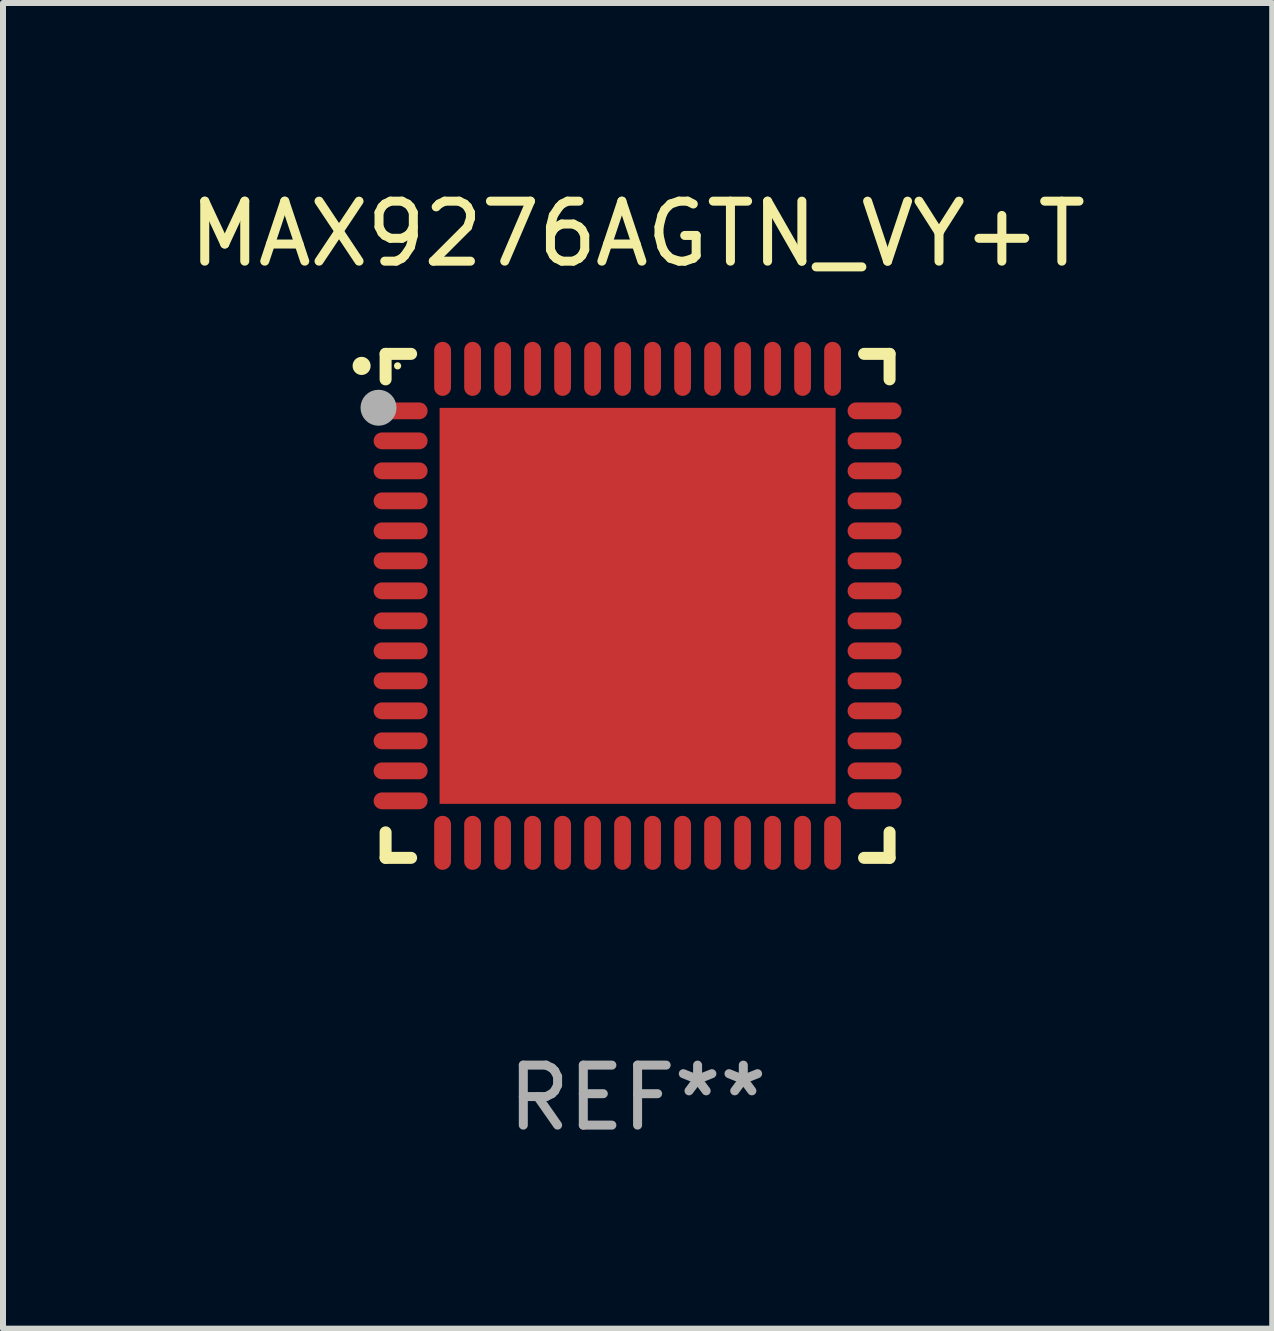
<source format=kicad_pcb>
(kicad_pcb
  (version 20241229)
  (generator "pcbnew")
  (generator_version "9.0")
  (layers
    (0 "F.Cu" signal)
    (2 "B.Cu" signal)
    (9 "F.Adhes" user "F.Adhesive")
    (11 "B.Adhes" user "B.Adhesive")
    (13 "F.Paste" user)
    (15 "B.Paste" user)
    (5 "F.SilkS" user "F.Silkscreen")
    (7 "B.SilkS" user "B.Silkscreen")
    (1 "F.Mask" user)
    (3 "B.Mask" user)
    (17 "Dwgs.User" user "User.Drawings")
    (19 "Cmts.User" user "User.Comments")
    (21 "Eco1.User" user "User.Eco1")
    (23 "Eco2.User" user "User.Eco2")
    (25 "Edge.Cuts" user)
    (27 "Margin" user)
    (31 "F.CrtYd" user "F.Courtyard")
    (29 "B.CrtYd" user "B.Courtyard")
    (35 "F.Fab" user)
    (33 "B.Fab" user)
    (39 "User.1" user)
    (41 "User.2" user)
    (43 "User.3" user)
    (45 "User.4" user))
  (footprint "MAX9276AGTN_VY+T"
    (layer "F.Cu")
    (at 7.577 7.048)
    (property "Reference" "MAX9276AGTN_VY+T" (at 0 -6.2 0) (layer "F.SilkS") (effects (font (size 1 1) (thickness 0.15))))
    (attr through_hole)
    (fp_line (start -4.2 -4.2) (end -3.775 -4.2) (stroke (width 0.2) (type solid)) (layer "F.SilkS"))
    (fp_line (start -4.2 -3.775) (end -4.2 -4.2) (stroke (width 0.2) (type solid)) (layer "F.SilkS"))
    (fp_line (start -4.2 3.775) (end -4.2 4.2) (stroke (width 0.2) (type solid)) (layer "F.SilkS"))
    (fp_line (start -4.2 4.2) (end -3.775 4.2) (stroke (width 0.2) (type solid)) (layer "F.SilkS"))
    (fp_line (start 3.775 4.2) (end 4.2 4.2) (stroke (width 0.2) (type solid)) (layer "F.SilkS"))
    (fp_line (start 4.2 -4.2) (end 3.775 -4.2) (stroke (width 0.2) (type solid)) (layer "F.SilkS"))
    (fp_line (start 4.2 -3.775) (end 4.2 -4.2) (stroke (width 0.2) (type solid)) (layer "F.SilkS"))
    (fp_line (start 4.2 4.2) (end 4.2 3.775) (stroke (width 0.2) (type solid)) (layer "F.SilkS"))
    (fp_arc (start -4.599949 -3.997968) (mid -4.599954 -3.999238) (end -4.599949 -4.000508) (stroke (width 0.3) (type solid)) (layer "F.SilkS"))
    (fp_circle (center -4 -4) (end -3.97 -4) (stroke (width 0.06) (type solid)) (fill no) (layer "F.SilkS"))
    (fp_circle (center -4.318 -3.302) (end -4.168 -3.302) (stroke (width 0.3) (type solid)) (fill no) (layer "F.Fab"))
    (fp_text user "REF**" (at 0 8.2 0) (layer "F.Fab") (effects (font (size 1 1) (thickness 0.15))))
    (pad "1" smd oval (at -3.95 -3.25 90) (size 0.28 0.9) (layers "F.Cu" "F.Mask" "F.Paste"))
    (pad "2" smd oval (at -3.95 -2.75 90) (size 0.28 0.9) (layers "F.Cu" "F.Mask" "F.Paste"))
    (pad "3" smd oval (at -3.95 -2.25 90) (size 0.28 0.9) (layers "F.Cu" "F.Mask" "F.Paste"))
    (pad "4" smd oval (at -3.95 -1.75 90) (size 0.28 0.9) (layers "F.Cu" "F.Mask" "F.Paste"))
    (pad "5" smd oval (at -3.95 -1.25 90) (size 0.28 0.9) (layers "F.Cu" "F.Mask" "F.Paste"))
    (pad "6" smd oval (at -3.95 -0.75 90) (size 0.28 0.9) (layers "F.Cu" "F.Mask" "F.Paste"))
    (pad "7" smd oval (at -3.95 -0.25 90) (size 0.28 0.9) (layers "F.Cu" "F.Mask" "F.Paste"))
    (pad "8" smd oval (at -3.95 0.25 90) (size 0.28 0.9) (layers "F.Cu" "F.Mask" "F.Paste"))
    (pad "9" smd oval (at -3.95 0.75 90) (size 0.28 0.9) (layers "F.Cu" "F.Mask" "F.Paste"))
    (pad "10" smd oval (at -3.95 1.25 90) (size 0.28 0.9) (layers "F.Cu" "F.Mask" "F.Paste"))
    (pad "11" smd oval (at -3.95 1.75 90) (size 0.28 0.9) (layers "F.Cu" "F.Mask" "F.Paste"))
    (pad "12" smd oval (at -3.95 2.25 90) (size 0.28 0.9) (layers "F.Cu" "F.Mask" "F.Paste"))
    (pad "13" smd oval (at -3.95 2.75 90) (size 0.28 0.9) (layers "F.Cu" "F.Mask" "F.Paste"))
    (pad "14" smd oval (at -3.95 3.25 90) (size 0.28 0.9) (layers "F.Cu" "F.Mask" "F.Paste"))
    (pad "15" smd oval (at -3.25 3.95) (size 0.28 0.9) (layers "F.Cu" "F.Mask" "F.Paste"))
    (pad "16" smd oval (at -2.75 3.95) (size 0.28 0.9) (layers "F.Cu" "F.Mask" "F.Paste"))
    (pad "17" smd oval (at -2.25 3.95) (size 0.28 0.9) (layers "F.Cu" "F.Mask" "F.Paste"))
    (pad "18" smd oval (at -1.75 3.95) (size 0.28 0.9) (layers "F.Cu" "F.Mask" "F.Paste"))
    (pad "19" smd oval (at -1.25 3.95) (size 0.28 0.9) (layers "F.Cu" "F.Mask" "F.Paste"))
    (pad "20" smd oval (at -0.75 3.95) (size 0.28 0.9) (layers "F.Cu" "F.Mask" "F.Paste"))
    (pad "21" smd oval (at -0.25 3.95) (size 0.28 0.9) (layers "F.Cu" "F.Mask" "F.Paste"))
    (pad "22" smd oval (at 0.25 3.95) (size 0.28 0.9) (layers "F.Cu" "F.Mask" "F.Paste"))
    (pad "23" smd oval (at 0.75 3.95) (size 0.28 0.9) (layers "F.Cu" "F.Mask" "F.Paste"))
    (pad "24" smd oval (at 1.25 3.95) (size 0.28 0.9) (layers "F.Cu" "F.Mask" "F.Paste"))
    (pad "25" smd oval (at 1.75 3.95) (size 0.28 0.9) (layers "F.Cu" "F.Mask" "F.Paste"))
    (pad "26" smd oval (at 2.25 3.95) (size 0.28 0.9) (layers "F.Cu" "F.Mask" "F.Paste"))
    (pad "27" smd oval (at 2.75 3.95) (size 0.28 0.9) (layers "F.Cu" "F.Mask" "F.Paste"))
    (pad "28" smd oval (at 3.25 3.95) (size 0.28 0.9) (layers "F.Cu" "F.Mask" "F.Paste"))
    (pad "29" smd oval (at 3.95 3.25 90) (size 0.28 0.9) (layers "F.Cu" "F.Mask" "F.Paste"))
    (pad "30" smd oval (at 3.95 2.75 90) (size 0.28 0.9) (layers "F.Cu" "F.Mask" "F.Paste"))
    (pad "31" smd oval (at 3.95 2.25 90) (size 0.28 0.9) (layers "F.Cu" "F.Mask" "F.Paste"))
    (pad "32" smd oval (at 3.95 1.75 90) (size 0.28 0.9) (layers "F.Cu" "F.Mask" "F.Paste"))
    (pad "33" smd oval (at 3.95 1.25 90) (size 0.28 0.9) (layers "F.Cu" "F.Mask" "F.Paste"))
    (pad "34" smd oval (at 3.95 0.75 90) (size 0.28 0.9) (layers "F.Cu" "F.Mask" "F.Paste"))
    (pad "35" smd oval (at 3.95 0.25 90) (size 0.28 0.9) (layers "F.Cu" "F.Mask" "F.Paste"))
    (pad "36" smd oval (at 3.95 -0.25 90) (size 0.28 0.9) (layers "F.Cu" "F.Mask" "F.Paste"))
    (pad "37" smd oval (at 3.95 -0.75 90) (size 0.28 0.9) (layers "F.Cu" "F.Mask" "F.Paste"))
    (pad "38" smd oval (at 3.95 -1.25 90) (size 0.28 0.9) (layers "F.Cu" "F.Mask" "F.Paste"))
    (pad "39" smd oval (at 3.95 -1.75 90) (size 0.28 0.9) (layers "F.Cu" "F.Mask" "F.Paste"))
    (pad "40" smd oval (at 3.95 -2.25 90) (size 0.28 0.9) (layers "F.Cu" "F.Mask" "F.Paste"))
    (pad "41" smd oval (at 3.95 -2.75 90) (size 0.28 0.9) (layers "F.Cu" "F.Mask" "F.Paste"))
    (pad "42" smd oval (at 3.95 -3.25 90) (size 0.28 0.9) (layers "F.Cu" "F.Mask" "F.Paste"))
    (pad "43" smd oval (at 3.25 -3.95) (size 0.28 0.9) (layers "F.Cu" "F.Mask" "F.Paste"))
    (pad "44" smd oval (at 2.75 -3.95) (size 0.28 0.9) (layers "F.Cu" "F.Mask" "F.Paste"))
    (pad "45" smd oval (at 2.25 -3.95) (size 0.28 0.9) (layers "F.Cu" "F.Mask" "F.Paste"))
    (pad "46" smd oval (at 1.75 -3.95) (size 0.28 0.9) (layers "F.Cu" "F.Mask" "F.Paste"))
    (pad "47" smd oval (at 1.25 -3.95) (size 0.28 0.9) (layers "F.Cu" "F.Mask" "F.Paste"))
    (pad "48" smd oval (at 0.75 -3.95) (size 0.28 0.9) (layers "F.Cu" "F.Mask" "F.Paste"))
    (pad "49" smd oval (at 0.25 -3.95) (size 0.28 0.9) (layers "F.Cu" "F.Mask" "F.Paste"))
    (pad "50" smd oval (at -0.25 -3.95) (size 0.28 0.9) (layers "F.Cu" "F.Mask" "F.Paste"))
    (pad "51" smd oval (at -0.75 -3.95) (size 0.28 0.9) (layers "F.Cu" "F.Mask" "F.Paste"))
    (pad "52" smd oval (at -1.25 -3.95) (size 0.28 0.9) (layers "F.Cu" "F.Mask" "F.Paste"))
    (pad "53" smd oval (at -1.75 -3.95) (size 0.28 0.9) (layers "F.Cu" "F.Mask" "F.Paste"))
    (pad "54" smd oval (at -2.25 -3.95) (size 0.28 0.9) (layers "F.Cu" "F.Mask" "F.Paste"))
    (pad "55" smd oval (at -2.75 -3.95) (size 0.28 0.9) (layers "F.Cu" "F.Mask" "F.Paste"))
    (pad "56" smd oval (at -3.25 -3.95) (size 0.28 0.9) (layers "F.Cu" "F.Mask" "F.Paste"))
    (pad "57" smd rect (at 0 0.000051) (size 6.6 6.6) (layers "F.Cu" "F.Mask" "F.Paste")))
  (gr_rect
    (start -3 -3)
    (end 18.155 19.096)
    (stroke (width 0.1) (type default))
    (fill no)
    (layer "Edge.Cuts")))
</source>
